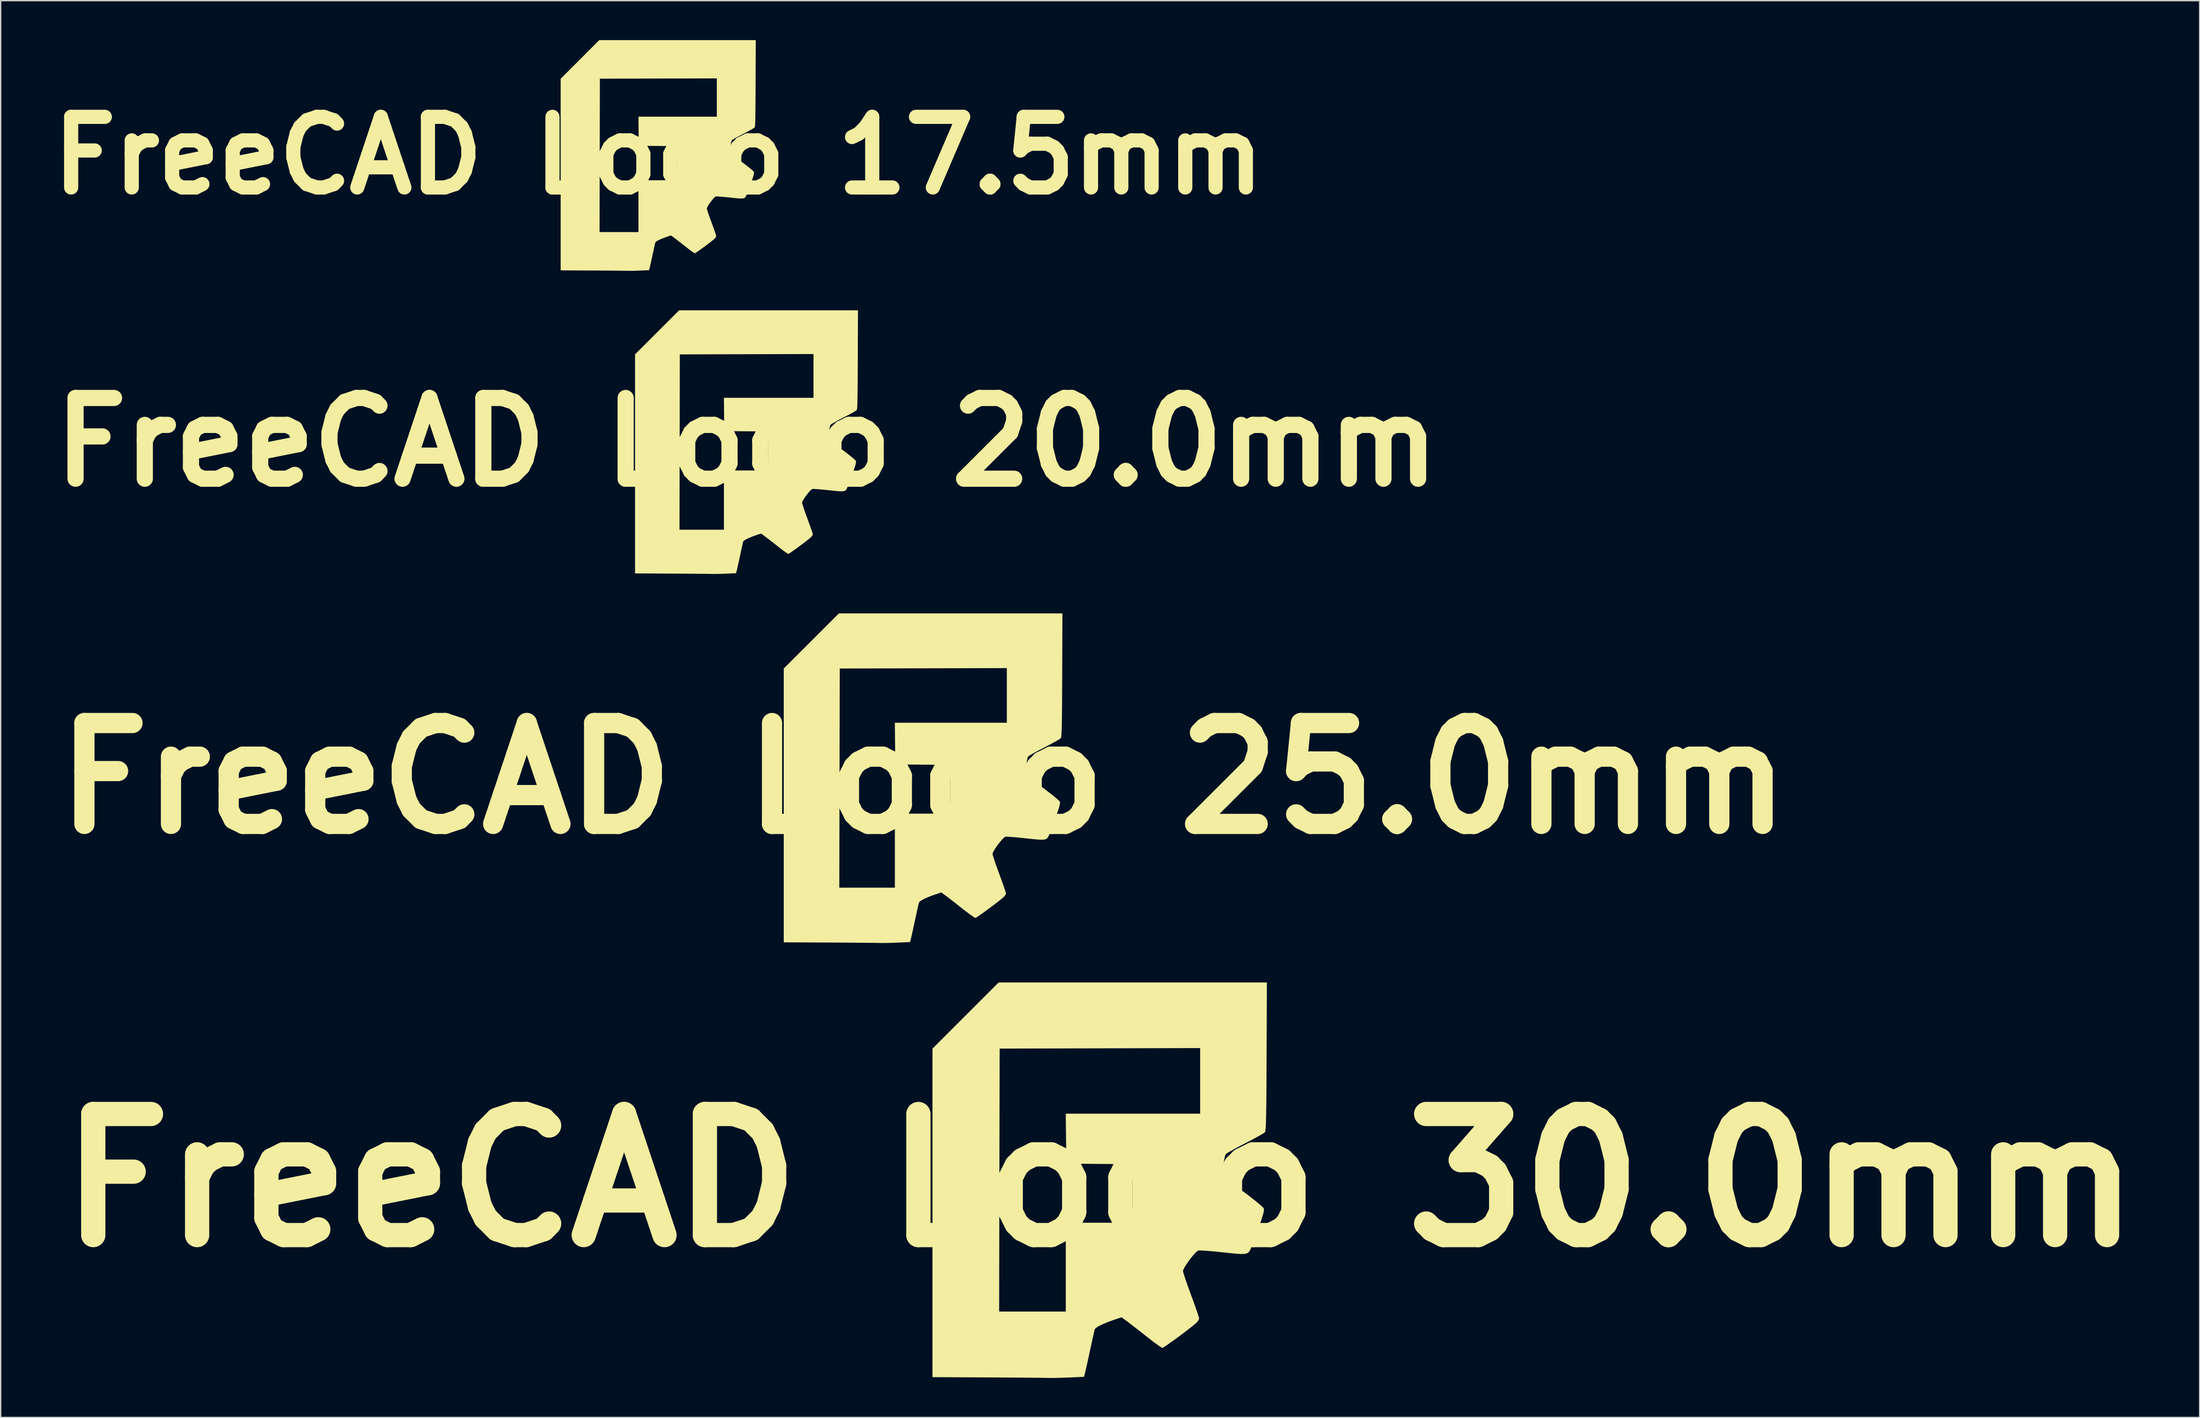
<source format=kicad_pcb>
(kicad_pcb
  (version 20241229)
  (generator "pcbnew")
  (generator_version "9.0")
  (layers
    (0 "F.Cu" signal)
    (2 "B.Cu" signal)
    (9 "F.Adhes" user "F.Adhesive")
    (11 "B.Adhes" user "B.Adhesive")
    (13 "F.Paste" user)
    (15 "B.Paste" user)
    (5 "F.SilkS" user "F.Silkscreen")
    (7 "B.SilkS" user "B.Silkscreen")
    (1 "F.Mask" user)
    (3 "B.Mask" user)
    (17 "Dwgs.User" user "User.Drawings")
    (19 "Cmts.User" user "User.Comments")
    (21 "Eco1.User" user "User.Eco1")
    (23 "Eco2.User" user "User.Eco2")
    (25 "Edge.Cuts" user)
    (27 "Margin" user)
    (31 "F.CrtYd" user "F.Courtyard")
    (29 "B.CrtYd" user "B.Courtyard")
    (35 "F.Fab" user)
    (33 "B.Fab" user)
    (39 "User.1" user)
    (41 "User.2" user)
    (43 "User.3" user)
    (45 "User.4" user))
  (footprint "FreeCAD Logo 17.5mm"
    (layer "F.Cu")
    (at 46.968 8.772)
    (property "Reference" "FreeCAD Logo 17.5mm" (at 0 0 180) (layer "F.SilkS") (effects (font (size 5.369 5.369) (thickness 1.075))))
    (attr board_only exclude_from_pos_files exclude_from_bom)
    (fp_poly (pts (xy 7.375 -5.49) (xy 7.372 -4.852) (xy 7.369 -4.298) (xy 7.366 -3.822) (xy 7.362 -3.419) (xy 7.358 -3.083) (xy 7.353 -2.808) (xy 7.347 -2.589) (xy 7.34 -2.42) (xy 7.332 -2.295) (xy 7.323 -2.209) (xy 7.312 -2.157) (xy 7.301 -2.133) (xy 7.243 -2.09) (xy 7.119 -2.015) (xy 6.941 -1.915) (xy 6.723 -1.797) (xy 6.478 -1.669) (xy 6.441 -1.651) (xy 6.193 -1.521) (xy 5.969 -1.401) (xy 5.783 -1.298) (xy 5.648 -1.218) (xy 5.578 -1.17) (xy 5.574 -1.166) (xy 5.53 -1.072) (xy 5.497 -0.916) (xy 5.475 -0.725) (xy 5.467 -0.526) (xy 5.474 -0.345) (xy 5.497 -0.21) (xy 5.516 -0.168) (xy 5.571 -0.112) (xy 5.687 -0.012) (xy 5.852 0.122) (xy 6.056 0.281) (xy 6.286 0.456) (xy 6.391 0.535) (xy 6.628 0.714) (xy 6.842 0.882) (xy 7.021 1.028) (xy 7.156 1.144) (xy 7.233 1.221) (xy 7.247 1.241) (xy 7.257 1.288) (xy 7.253 1.36) (xy 7.232 1.464) (xy 7.19 1.609) (xy 7.127 1.803) (xy 7.039 2.053) (xy 6.923 2.368) (xy 6.778 2.754) (xy 6.715 2.922) (xy 6.668 3.042) (xy 6.623 3.134) (xy 6.567 3.2) (xy 6.491 3.243) (xy 6.381 3.264) (xy 6.226 3.267) (xy 6.016 3.253) (xy 5.738 3.226) (xy 5.438 3.193) (xy 5.145 3.163) (xy 4.878 3.138) (xy 4.65 3.12) (xy 4.476 3.11) (xy 4.371 3.108) (xy 4.351 3.111) (xy 4.278 3.158) (xy 4.174 3.264) (xy 4.052 3.408) (xy 3.927 3.572) (xy 3.813 3.736) (xy 3.724 3.882) (xy 3.676 3.99) (xy 3.67 4.02) (xy 3.685 4.09) (xy 3.728 4.231) (xy 3.793 4.429) (xy 3.877 4.67) (xy 3.975 4.941) (xy 4.028 5.085) (xy 4.131 5.365) (xy 4.222 5.619) (xy 4.297 5.836) (xy 4.352 6.001) (xy 4.382 6.103) (xy 4.386 6.126) (xy 4.355 6.207) (xy 4.279 6.303) (xy 4.263 6.319) (xy 4.162 6.406) (xy 4.015 6.524) (xy 3.835 6.664) (xy 3.634 6.816) (xy 3.427 6.97) (xy 3.227 7.116) (xy 3.046 7.245) (xy 2.898 7.346) (xy 2.796 7.411) (xy 2.756 7.43) (xy 2.702 7.403) (xy 2.591 7.329) (xy 2.435 7.216) (xy 2.247 7.074) (xy 2.058 6.926) (xy 1.834 6.749) (xy 1.615 6.578) (xy 1.42 6.426) (xy 1.264 6.307) (xy 1.184 6.248) (xy 0.946 6.073) (xy 0.641 6.175) (xy 0.355 6.278) (xy 0.112 6.379) (xy -0.076 6.473) (xy -0.198 6.554) (xy -0.241 6.608) (xy -0.258 6.676) (xy -0.29 6.817) (xy -0.334 7.015) (xy -0.387 7.256) (xy -0.445 7.524) (xy -0.449 7.541) (xy -0.508 7.817) (xy -0.564 8.073) (xy -0.612 8.292) (xy -0.65 8.457) (xy -0.673 8.552) (xy -0.673 8.553) (xy -0.716 8.714) (xy -1.394 8.743) (xy -1.656 8.753) (xy -1.907 8.76) (xy -2.125 8.763) (xy -2.286 8.763) (xy -2.323 8.761) (xy -2.415 8.759) (xy -2.588 8.757) (xy -2.831 8.754) (xy -3.135 8.751) (xy -3.493 8.748) (xy -3.893 8.745) (xy -4.327 8.742) (xy -4.785 8.74) (xy -5.002 8.739) (xy -7.43 8.727) (xy -7.43 5.818) (xy -4.476 5.818) (xy -2.999 5.818) (xy -1.522 5.818) (xy -1.522 3.849) (xy -1.522 1.88) (xy -0.045 1.88) (xy 1.432 1.88) (xy 1.432 0.582) (xy 1.432 -0.715) (xy -0.034 -0.727) (xy -1.499 -0.738) (xy -1.511 -1.846) (xy -1.523 -2.954) (xy 1.454 -2.954) (xy 4.431 -2.954) (xy 4.431 -4.409) (xy 4.431 -5.864) (xy -0.011 -5.852) (xy -4.453 -5.841) (xy -4.465 -0.011) (xy -4.476 5.818) (xy -7.43 5.818) (xy -7.43 1.443) (xy -7.43 -5.84) (xy -5.964 -7.306) (xy -4.499 -8.772) (xy 1.444 -8.772) (xy 7.387 -8.772)) (stroke (width 0) (type solid)) (fill yes) (layer "F.SilkS")))
  (footprint "FreeCAD Logo 30.0mm"
    (layer "F.Cu")
    (at 80.515 86.664)
    (property "Reference" "FreeCAD Logo 30.0mm" (at 0 0 180) (layer "F.SilkS") (effects (font (size 9.204 9.204) (thickness 1.842))))
    (attr board_only exclude_from_pos_files exclude_from_bom)
    (fp_poly (pts (xy 12.642 -9.411) (xy 12.638 -8.317) (xy 12.633 -7.368) (xy 12.627 -6.552) (xy 12.621 -5.861) (xy 12.614 -5.285) (xy 12.605 -4.814) (xy 12.595 -4.438) (xy 12.583 -4.148) (xy 12.569 -3.935) (xy 12.553 -3.787) (xy 12.535 -3.697) (xy 12.516 -3.656) (xy 12.417 -3.583) (xy 12.204 -3.454) (xy 11.899 -3.283) (xy 11.525 -3.081) (xy 11.105 -2.861) (xy 11.042 -2.829) (xy 10.616 -2.608) (xy 10.232 -2.402) (xy 9.913 -2.225) (xy 9.682 -2.088) (xy 9.562 -2.005) (xy 9.556 -1.999) (xy 9.48 -1.838) (xy 9.423 -1.571) (xy 9.385 -1.243) (xy 9.371 -0.901) (xy 9.383 -0.591) (xy 9.424 -0.36) (xy 9.455 -0.289) (xy 9.55 -0.192) (xy 9.748 -0.021) (xy 10.032 0.209) (xy 10.381 0.482) (xy 10.775 0.783) (xy 10.957 0.918) (xy 11.363 1.225) (xy 11.729 1.511) (xy 12.037 1.762) (xy 12.267 1.962) (xy 12.4 2.094) (xy 12.423 2.127) (xy 12.441 2.208) (xy 12.434 2.331) (xy 12.397 2.51) (xy 12.326 2.759) (xy 12.218 3.091) (xy 12.066 3.52) (xy 11.868 4.059) (xy 11.62 4.722) (xy 11.511 5.009) (xy 11.431 5.215) (xy 11.353 5.373) (xy 11.258 5.487) (xy 11.127 5.559) (xy 10.938 5.596) (xy 10.674 5.6) (xy 10.313 5.577) (xy 9.836 5.53) (xy 9.322 5.474) (xy 8.82 5.422) (xy 8.362 5.38) (xy 7.971 5.349) (xy 7.673 5.331) (xy 7.493 5.329) (xy 7.459 5.332) (xy 7.334 5.414) (xy 7.155 5.595) (xy 6.946 5.843) (xy 6.732 6.124) (xy 6.536 6.405) (xy 6.385 6.655) (xy 6.301 6.84) (xy 6.292 6.891) (xy 6.318 7.012) (xy 6.391 7.253) (xy 6.503 7.592) (xy 6.646 8.005) (xy 6.814 8.47) (xy 6.905 8.718) (xy 7.081 9.197) (xy 7.238 9.633) (xy 7.367 10.004) (xy 7.461 10.288) (xy 7.512 10.462) (xy 7.519 10.502) (xy 7.466 10.64) (xy 7.336 10.806) (xy 7.308 10.832) (xy 7.135 10.981) (xy 6.883 11.184) (xy 6.574 11.424) (xy 6.23 11.684) (xy 5.875 11.948) (xy 5.531 12.199) (xy 5.221 12.419) (xy 4.968 12.594) (xy 4.793 12.704) (xy 4.725 12.736) (xy 4.632 12.691) (xy 4.441 12.563) (xy 4.174 12.37) (xy 3.851 12.126) (xy 3.528 11.873) (xy 3.144 11.57) (xy 2.769 11.277) (xy 2.434 11.016) (xy 2.166 10.812) (xy 2.03 10.71) (xy 1.621 10.411) (xy 1.098 10.586) (xy 0.608 10.762) (xy 0.193 10.935) (xy -0.129 11.096) (xy -0.339 11.236) (xy -0.413 11.328) (xy -0.442 11.445) (xy -0.497 11.686) (xy -0.573 12.026) (xy -0.663 12.439) (xy -0.762 12.898) (xy -0.769 12.928) (xy -0.871 13.401) (xy -0.966 13.839) (xy -1.05 14.215) (xy -1.114 14.498) (xy -1.154 14.661) (xy -1.154 14.662) (xy -1.227 14.937) (xy -2.39 14.988) (xy -2.838 15.005) (xy -3.27 15.016) (xy -3.644 15.022) (xy -3.919 15.022) (xy -3.983 15.02) (xy -4.14 15.016) (xy -4.436 15.011) (xy -4.853 15.007) (xy -5.375 15.002) (xy -5.987 14.997) (xy -6.673 14.992) (xy -7.417 14.987) (xy -8.203 14.983) (xy -8.574 14.981) (xy -12.736 14.96) (xy -12.736 9.974) (xy -7.673 9.974) (xy -5.141 9.974) (xy -2.609 9.974) (xy -2.609 6.598) (xy -2.609 3.222) (xy -0.077 3.222) (xy 2.455 3.222) (xy 2.455 0.998) (xy 2.455 -1.226) (xy -0.058 -1.246) (xy -2.57 -1.266) (xy -2.591 -3.165) (xy -2.611 -5.064) (xy 2.492 -5.064) (xy 7.596 -5.064) (xy 7.596 -7.558) (xy 7.596 -10.052) (xy -0.019 -10.032) (xy -7.634 -10.013) (xy -7.654 -0.019) (xy -7.673 9.974) (xy -12.736 9.974) (xy -12.736 2.474) (xy -12.736 -10.012) (xy -10.224 -12.525) (xy -7.712 -15.038) (xy 2.476 -15.038) (xy 12.664 -15.038)) (stroke (width 0) (type solid)) (fill yes) (layer "F.SilkS")))
  (footprint "FreeCAD Logo 25.0mm"
    (layer "F.Cu")
    (at 67.096 56.107)
    (property "Reference" "FreeCAD Logo 25.0mm" (at 0 0 180) (layer "F.SilkS") (effects (font (size 7.67 7.67) (thickness 1.535))))
    (attr board_only exclude_from_pos_files exclude_from_bom)
    (fp_poly (pts (xy 10.535 -7.842) (xy 10.532 -6.931) (xy 10.527 -6.14) (xy 10.523 -5.46) (xy 10.517 -4.884) (xy 10.511 -4.404) (xy 10.504 -4.012) (xy 10.495 -3.699) (xy 10.486 -3.457) (xy 10.474 -3.279) (xy 10.461 -3.156) (xy 10.446 -3.081) (xy 10.43 -3.047) (xy 10.348 -2.986) (xy 10.17 -2.879) (xy 9.916 -2.736) (xy 9.604 -2.567) (xy 9.254 -2.384) (xy 9.202 -2.358) (xy 8.847 -2.173) (xy 8.527 -2.002) (xy 8.261 -1.854) (xy 8.069 -1.74) (xy 7.969 -1.671) (xy 7.963 -1.666) (xy 7.9 -1.532) (xy 7.852 -1.309) (xy 7.821 -1.036) (xy 7.809 -0.751) (xy 7.819 -0.493) (xy 7.853 -0.3) (xy 7.879 -0.241) (xy 7.958 -0.16) (xy 8.124 -0.017) (xy 8.36 0.174) (xy 8.651 0.402) (xy 8.979 0.652) (xy 9.131 0.765) (xy 9.469 1.021) (xy 9.774 1.259) (xy 10.031 1.468) (xy 10.222 1.635) (xy 10.333 1.745) (xy 10.353 1.773) (xy 10.368 1.84) (xy 10.362 1.942) (xy 10.331 2.092) (xy 10.272 2.299) (xy 10.181 2.576) (xy 10.055 2.933) (xy 9.89 3.382) (xy 9.683 3.935) (xy 9.592 4.174) (xy 9.525 4.346) (xy 9.461 4.478) (xy 9.382 4.572) (xy 9.272 4.633) (xy 9.115 4.663) (xy 8.895 4.667) (xy 8.594 4.647) (xy 8.197 4.608) (xy 7.768 4.562) (xy 7.35 4.518) (xy 6.968 4.483) (xy 6.643 4.457) (xy 6.394 4.442) (xy 6.244 4.44) (xy 6.216 4.444) (xy 6.112 4.512) (xy 5.963 4.663) (xy 5.788 4.869) (xy 5.61 5.103) (xy 5.447 5.338) (xy 5.321 5.546) (xy 5.251 5.7) (xy 5.243 5.742) (xy 5.265 5.843) (xy 5.326 6.044) (xy 5.419 6.326) (xy 5.539 6.671) (xy 5.678 7.058) (xy 5.754 7.265) (xy 5.901 7.664) (xy 6.031 8.028) (xy 6.139 8.337) (xy 6.217 8.573) (xy 6.26 8.718) (xy 6.266 8.752) (xy 6.222 8.867) (xy 6.113 9.005) (xy 6.09 9.027) (xy 5.946 9.151) (xy 5.736 9.32) (xy 5.478 9.52) (xy 5.192 9.737) (xy 4.896 9.957) (xy 4.609 10.166) (xy 4.351 10.35) (xy 4.14 10.495) (xy 3.995 10.587) (xy 3.937 10.614) (xy 3.86 10.575) (xy 3.701 10.47) (xy 3.478 10.308) (xy 3.209 10.105) (xy 2.94 9.894) (xy 2.62 9.642) (xy 2.308 9.397) (xy 2.028 9.18) (xy 1.805 9.01) (xy 1.692 8.925) (xy 1.351 8.676) (xy 0.915 8.821) (xy 0.507 8.968) (xy 0.161 9.113) (xy -0.108 9.247) (xy -0.282 9.363) (xy -0.344 9.44) (xy -0.368 9.538) (xy -0.415 9.739) (xy -0.478 10.022) (xy -0.553 10.366) (xy -0.635 10.748) (xy -0.641 10.774) (xy -0.726 11.167) (xy -0.805 11.533) (xy -0.875 11.845) (xy -0.929 12.082) (xy -0.961 12.217) (xy -0.962 12.218) (xy -1.023 12.448) (xy -1.992 12.49) (xy -2.365 12.504) (xy -2.725 12.514) (xy -3.036 12.519) (xy -3.266 12.518) (xy -3.319 12.516) (xy -3.45 12.513) (xy -3.696 12.509) (xy -4.044 12.506) (xy -4.479 12.501) (xy -4.989 12.497) (xy -5.561 12.493) (xy -6.181 12.489) (xy -6.836 12.485) (xy -7.145 12.484) (xy -10.614 12.467) (xy -10.614 8.312) (xy -6.394 8.312) (xy -4.284 8.312) (xy -2.174 8.312) (xy -2.174 5.499) (xy -2.174 2.685) (xy -0.064 2.685) (xy 2.046 2.685) (xy 2.046 0.832) (xy 2.046 -1.021) (xy -0.048 -1.038) (xy -2.142 -1.055) (xy -2.159 -2.637) (xy -2.176 -4.22) (xy 2.077 -4.22) (xy 6.33 -4.22) (xy 6.33 -6.298) (xy 6.33 -8.376) (xy -0.016 -8.36) (xy -6.362 -8.344) (xy -6.378 -0.016) (xy -6.394 8.312) (xy -10.614 8.312) (xy -10.614 2.062) (xy -10.614 -8.343) (xy -8.52 -10.437) (xy -6.426 -12.532) (xy 2.063 -12.532) (xy 10.553 -12.532)) (stroke (width 0) (type solid)) (fill yes) (layer "F.SilkS")))
  (footprint "FreeCAD Logo 20.0mm"
    (layer "F.Cu")
    (at 53.677 30.561)
    (property "Reference" "FreeCAD Logo 20.0mm" (at 0 0 180) (layer "F.SilkS") (effects (font (size 6.136 6.136) (thickness 1.228))))
    (attr board_only exclude_from_pos_files exclude_from_bom)
    (fp_poly (pts (xy 8.428 -6.274) (xy 8.425 -5.545) (xy 8.422 -4.912) (xy 8.418 -4.368) (xy 8.414 -3.907) (xy 8.409 -3.523) (xy 8.403 -3.209) (xy 8.396 -2.959) (xy 8.388 -2.766) (xy 8.379 -2.623) (xy 8.369 -2.525) (xy 8.356 -2.465) (xy 8.344 -2.437) (xy 8.278 -2.389) (xy 8.136 -2.303) (xy 7.933 -2.188) (xy 7.683 -2.054) (xy 7.403 -1.908) (xy 7.362 -1.886) (xy 7.078 -1.739) (xy 6.822 -1.602) (xy 6.609 -1.483) (xy 6.455 -1.392) (xy 6.375 -1.337) (xy 6.371 -1.333) (xy 6.32 -1.225) (xy 6.282 -1.047) (xy 6.257 -0.829) (xy 6.248 -0.601) (xy 6.255 -0.394) (xy 6.282 -0.24) (xy 6.303 -0.193) (xy 6.366 -0.128) (xy 6.499 -0.014) (xy 6.688 0.14) (xy 6.921 0.322) (xy 7.184 0.522) (xy 7.304 0.612) (xy 7.575 0.816) (xy 7.819 1.008) (xy 8.024 1.175) (xy 8.178 1.308) (xy 8.267 1.396) (xy 8.282 1.418) (xy 8.294 1.472) (xy 8.289 1.554) (xy 8.265 1.673) (xy 8.218 1.839) (xy 8.145 2.061) (xy 8.044 2.347) (xy 7.912 2.706) (xy 7.746 3.148) (xy 7.674 3.339) (xy 7.62 3.477) (xy 7.569 3.582) (xy 7.505 3.658) (xy 7.418 3.706) (xy 7.292 3.731) (xy 7.116 3.733) (xy 6.875 3.718) (xy 6.558 3.687) (xy 6.215 3.649) (xy 5.88 3.615) (xy 5.574 3.586) (xy 5.314 3.566) (xy 5.116 3.554) (xy 4.995 3.552) (xy 4.973 3.555) (xy 4.89 3.61) (xy 4.77 3.73) (xy 4.631 3.895) (xy 4.488 4.082) (xy 4.358 4.27) (xy 4.256 4.437) (xy 4.201 4.56) (xy 4.195 4.594) (xy 4.212 4.674) (xy 4.261 4.835) (xy 4.335 5.061) (xy 4.431 5.337) (xy 4.543 5.647) (xy 4.604 5.812) (xy 4.721 6.131) (xy 4.825 6.422) (xy 4.911 6.669) (xy 4.974 6.859) (xy 5.008 6.975) (xy 5.013 7.001) (xy 4.977 7.093) (xy 4.89 7.204) (xy 4.872 7.222) (xy 4.757 7.321) (xy 4.589 7.456) (xy 4.383 7.616) (xy 4.154 7.789) (xy 3.917 7.965) (xy 3.688 8.132) (xy 3.481 8.28) (xy 3.312 8.396) (xy 3.196 8.47) (xy 3.15 8.491) (xy 3.088 8.46) (xy 2.961 8.376) (xy 2.783 8.247) (xy 2.567 8.084) (xy 2.352 7.915) (xy 2.096 7.713) (xy 1.846 7.518) (xy 1.622 7.344) (xy 1.444 7.208) (xy 1.354 7.14) (xy 1.081 6.94) (xy 0.732 7.057) (xy 0.406 7.175) (xy 0.128 7.29) (xy -0.086 7.398) (xy -0.226 7.49) (xy -0.275 7.552) (xy -0.295 7.63) (xy -0.332 7.791) (xy -0.382 8.018) (xy -0.442 8.292) (xy -0.508 8.598) (xy -0.513 8.619) (xy -0.58 8.934) (xy -0.644 9.226) (xy -0.7 9.476) (xy -0.743 9.665) (xy -0.769 9.774) (xy -0.769 9.774) (xy -0.818 9.958) (xy -1.594 9.992) (xy -1.892 10.003) (xy -2.18 10.011) (xy -2.429 10.015) (xy -2.613 10.014) (xy -2.655 10.013) (xy -2.76 10.011) (xy -2.957 10.008) (xy -3.235 10.004) (xy -3.583 10.001) (xy -3.992 9.998) (xy -4.449 9.994) (xy -4.945 9.991) (xy -5.469 9.988) (xy -5.716 9.987) (xy -8.491 9.973) (xy -8.491 6.65) (xy -5.115 6.65) (xy -3.427 6.65) (xy -1.739 6.65) (xy -1.739 4.399) (xy -1.739 2.148) (xy -0.051 2.148) (xy 1.637 2.148) (xy 1.637 0.666) (xy 1.637 -0.817) (xy -0.038 -0.83) (xy -1.714 -0.844) (xy -1.727 -2.11) (xy -1.741 -3.376) (xy 1.661 -3.376) (xy 5.064 -3.376) (xy 5.064 -5.039) (xy 5.064 -6.701) (xy -0.013 -6.688) (xy -5.089 -6.675) (xy -5.102 -0.013) (xy -5.115 6.65) (xy -8.491 6.65) (xy -8.491 1.649) (xy -8.491 -6.675) (xy -6.816 -8.35) (xy -5.141 -10.025) (xy 1.651 -10.025) (xy 8.442 -10.025)) (stroke (width 0) (type solid)) (fill yes) (layer "F.SilkS")))
  (gr_rect
    (start -3 -3)
    (end 164.03 104.687)
    (stroke (width 0.1) (type default))
    (fill no)
    (layer "Edge.Cuts")))
</source>
